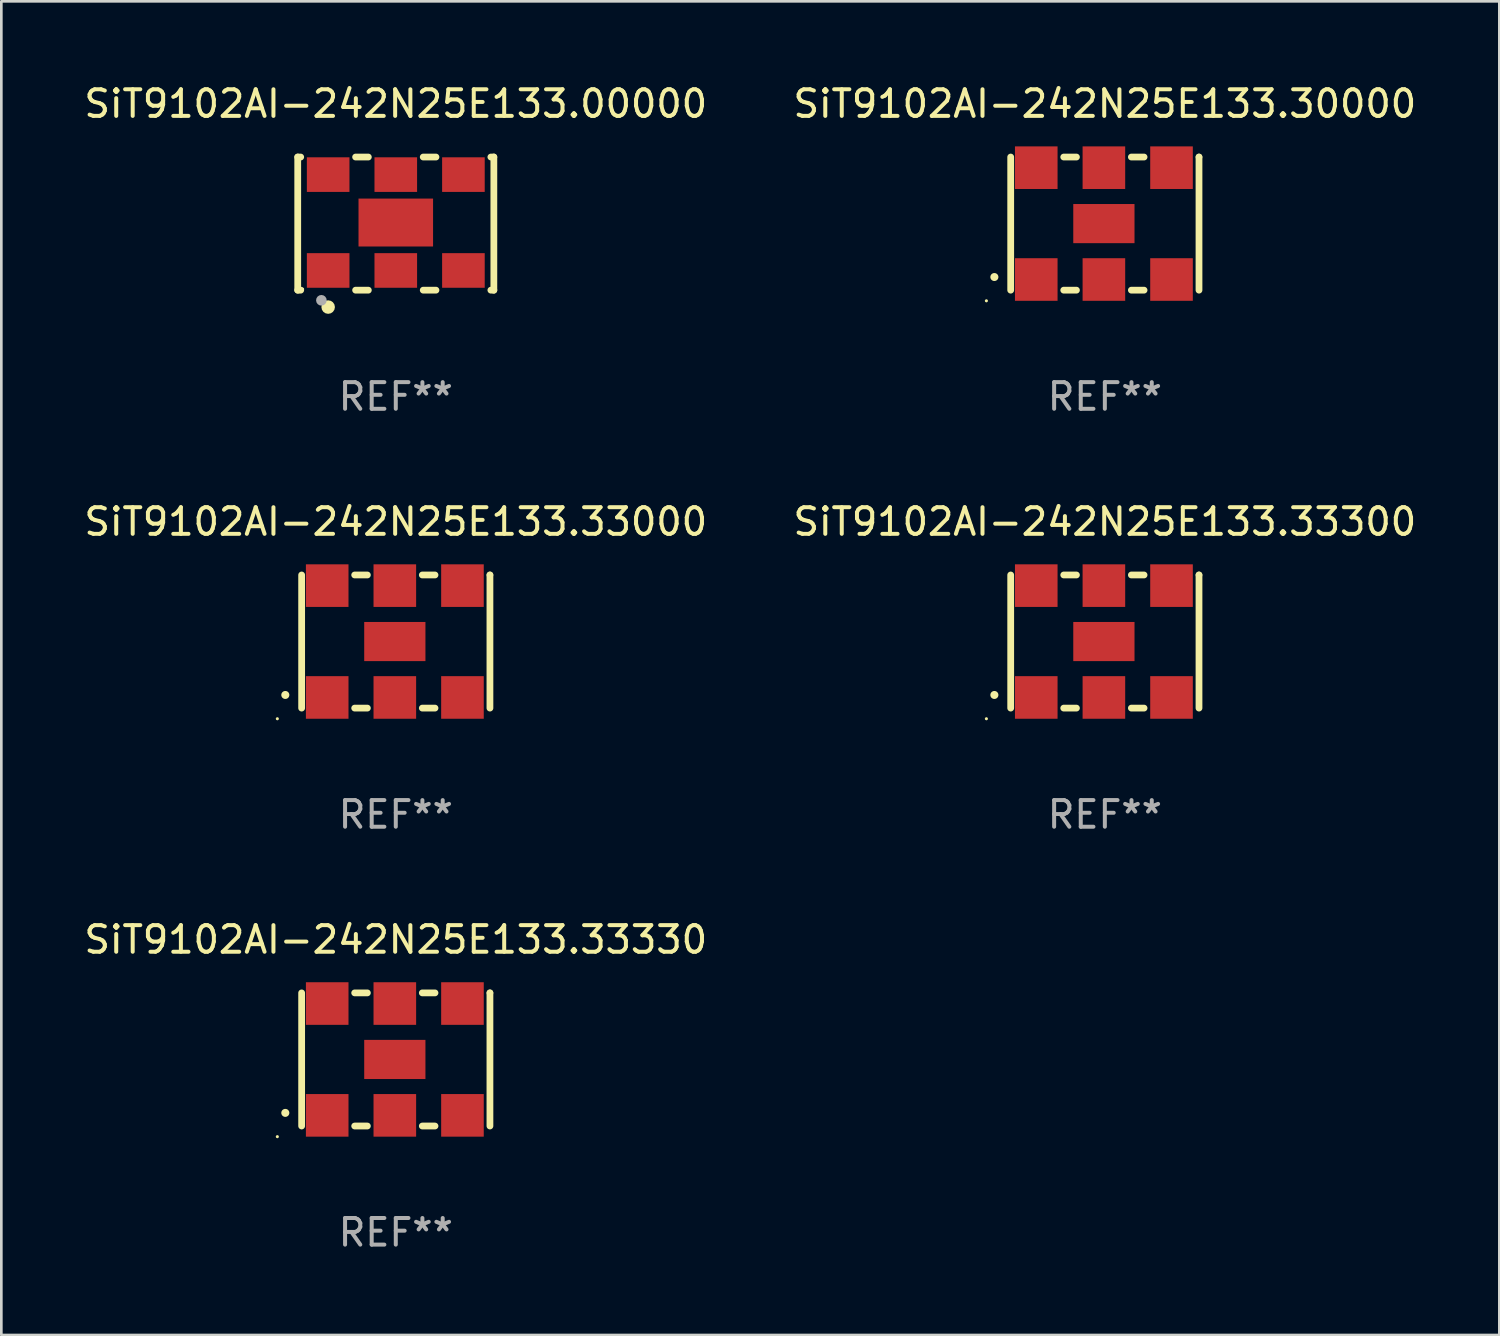
<source format=kicad_pcb>
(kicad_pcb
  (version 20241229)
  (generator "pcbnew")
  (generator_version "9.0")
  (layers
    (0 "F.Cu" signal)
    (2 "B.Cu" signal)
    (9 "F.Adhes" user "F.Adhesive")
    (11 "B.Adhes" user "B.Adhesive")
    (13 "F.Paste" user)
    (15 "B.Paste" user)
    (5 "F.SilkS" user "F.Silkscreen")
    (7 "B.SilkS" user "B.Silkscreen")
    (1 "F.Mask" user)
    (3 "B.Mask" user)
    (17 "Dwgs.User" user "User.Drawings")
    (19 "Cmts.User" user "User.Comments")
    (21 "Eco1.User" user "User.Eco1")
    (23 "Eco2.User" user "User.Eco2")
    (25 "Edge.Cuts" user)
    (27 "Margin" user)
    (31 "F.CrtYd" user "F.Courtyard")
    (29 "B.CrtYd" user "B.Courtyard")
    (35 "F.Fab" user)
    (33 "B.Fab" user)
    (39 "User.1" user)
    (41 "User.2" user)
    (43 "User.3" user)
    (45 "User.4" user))
  (footprint "SiT9102AI-242N25E133.33000"
    (layer "F.Cu")
    (at 11.815 21.045)
    (property "Reference" "SiT9102AI-242N25E133.33000" (at 0 -4.5 0) (layer "F.SilkS") (effects (font (size 1 1) (thickness 0.15))))
    (attr through_hole)
    (fp_line (start -3.536 -2.5) (end -3.536 2.5) (stroke (width 0.254) (type solid)) (layer "F.SilkS"))
    (fp_line (start -1.544 2.5) (end -1.067 2.5) (stroke (width 0.254) (type solid)) (layer "F.SilkS"))
    (fp_line (start -1.067 -2.5) (end -1.544 -2.5) (stroke (width 0.254) (type solid)) (layer "F.SilkS"))
    (fp_line (start 0.996 2.5) (end 1.473 2.5) (stroke (width 0.254) (type solid)) (layer "F.SilkS"))
    (fp_line (start 1.473 -2.5) (end 0.996 -2.5) (stroke (width 0.254) (type solid)) (layer "F.SilkS"))
    (fp_line (start 3.536 -2.5) (end 3.536 -2.5) (stroke (width 0.254) (type solid)) (layer "F.SilkS"))
    (fp_line (start 3.536 2.5) (end 3.536 -2.5) (stroke (width 0.254) (type solid)) (layer "F.SilkS"))
    (fp_arc (start -4.150432 2.006604) (mid -4.149162 2.006599) (end -4.147892 2.006604) (stroke (width 0.3) (type solid)) (layer "F.SilkS"))
    (fp_circle (center -4.449 2.9) (end -4.419 2.9) (stroke (width 0.06) (type solid)) (fill no) (layer "F.SilkS"))
    (fp_text user "REF**" (at 0 6.5 0) (layer "F.Fab") (effects (font (size 1 1) (thickness 0.15))))
    (pad "1" smd rect (at -2.576 2.1) (size 1.6 1.6) (layers "F.Cu" "F.Mask" "F.Paste"))
    (pad "2" smd rect (at -0.036 2.1) (size 1.6 1.6) (layers "F.Cu" "F.Mask" "F.Paste"))
    (pad "3" smd rect (at 2.504 2.1) (size 1.6 1.6) (layers "F.Cu" "F.Mask" "F.Paste"))
    (pad "4" smd rect (at 2.504 -2.1) (size 1.6 1.6) (layers "F.Cu" "F.Mask" "F.Paste"))
    (pad "5" smd rect (at -0.036 -2.1) (size 1.6 1.6) (layers "F.Cu" "F.Mask" "F.Paste"))
    (pad "6" smd rect (at -2.576 -2.1) (size 1.6 1.6) (layers "F.Cu" "F.Mask" "F.Paste"))
    (pad "7" smd rect (at -0.036 0) (size 2.3 1.47) (layers "F.Cu" "F.Mask" "F.Paste")))
  (footprint "SiT9102AI-242N25E133.33330"
    (layer "F.Cu")
    (at 11.815 36.741)
    (property "Reference" "SiT9102AI-242N25E133.33330" (at 0 -4.5 0) (layer "F.SilkS") (effects (font (size 1 1) (thickness 0.15))))
    (attr through_hole)
    (fp_line (start -3.536 -2.5) (end -3.536 2.5) (stroke (width 0.254) (type solid)) (layer "F.SilkS"))
    (fp_line (start -1.544 2.5) (end -1.067 2.5) (stroke (width 0.254) (type solid)) (layer "F.SilkS"))
    (fp_line (start -1.067 -2.5) (end -1.544 -2.5) (stroke (width 0.254) (type solid)) (layer "F.SilkS"))
    (fp_line (start 0.996 2.5) (end 1.473 2.5) (stroke (width 0.254) (type solid)) (layer "F.SilkS"))
    (fp_line (start 1.473 -2.5) (end 0.996 -2.5) (stroke (width 0.254) (type solid)) (layer "F.SilkS"))
    (fp_line (start 3.536 -2.5) (end 3.536 -2.5) (stroke (width 0.254) (type solid)) (layer "F.SilkS"))
    (fp_line (start 3.536 2.5) (end 3.536 -2.5) (stroke (width 0.254) (type solid)) (layer "F.SilkS"))
    (fp_arc (start -4.150432 2.006604) (mid -4.149162 2.006599) (end -4.147892 2.006604) (stroke (width 0.3) (type solid)) (layer "F.SilkS"))
    (fp_circle (center -4.449 2.9) (end -4.419 2.9) (stroke (width 0.06) (type solid)) (fill no) (layer "F.SilkS"))
    (fp_text user "REF**" (at 0 6.5 0) (layer "F.Fab") (effects (font (size 1 1) (thickness 0.15))))
    (pad "1" smd rect (at -2.576 2.1) (size 1.6 1.6) (layers "F.Cu" "F.Mask" "F.Paste"))
    (pad "2" smd rect (at -0.036 2.1) (size 1.6 1.6) (layers "F.Cu" "F.Mask" "F.Paste"))
    (pad "3" smd rect (at 2.504 2.1) (size 1.6 1.6) (layers "F.Cu" "F.Mask" "F.Paste"))
    (pad "4" smd rect (at 2.504 -2.1) (size 1.6 1.6) (layers "F.Cu" "F.Mask" "F.Paste"))
    (pad "5" smd rect (at -0.036 -2.1) (size 1.6 1.6) (layers "F.Cu" "F.Mask" "F.Paste"))
    (pad "6" smd rect (at -2.576 -2.1) (size 1.6 1.6) (layers "F.Cu" "F.Mask" "F.Paste"))
    (pad "7" smd rect (at -0.036 0) (size 2.3 1.47) (layers "F.Cu" "F.Mask" "F.Paste")))
  (footprint "SiT9102AI-242N25E133.00000"
    (layer "F.Cu")
    (at 11.815 5.348)
    (property "Reference" "SiT9102AI-242N25E133.00000" (at 0 -4.5 0) (layer "F.SilkS") (effects (font (size 1 1) (thickness 0.15))))
    (attr through_hole)
    (fp_line (start -3.683 -2.5) (end -3.571 -2.5) (stroke (width 0.254) (type solid)) (layer "F.SilkS"))
    (fp_line (start -3.683 2.5) (end -3.683 -2.5) (stroke (width 0.254) (type solid)) (layer "F.SilkS"))
    (fp_line (start -3.683 2.5) (end -3.571 2.5) (stroke (width 0.254) (type solid)) (layer "F.SilkS"))
    (fp_line (start -1.509 -2.5) (end -1.031 -2.5) (stroke (width 0.254) (type solid)) (layer "F.SilkS"))
    (fp_line (start -1.509 2.5) (end -1.031 2.5) (stroke (width 0.254) (type solid)) (layer "F.SilkS"))
    (fp_line (start 1.031 -2.5) (end 1.509 -2.5) (stroke (width 0.254) (type solid)) (layer "F.SilkS"))
    (fp_line (start 1.031 2.5) (end 1.509 2.5) (stroke (width 0.254) (type solid)) (layer "F.SilkS"))
    (fp_line (start 3.571 -2.5) (end 3.683 -2.5) (stroke (width 0.254) (type solid)) (layer "F.SilkS"))
    (fp_line (start 3.571 2.5) (end 3.683 2.5) (stroke (width 0.254) (type solid)) (layer "F.SilkS"))
    (fp_line (start 3.683 2.5) (end 3.683 -2.5) (stroke (width 0.254) (type solid)) (layer "F.SilkS"))
    (fp_circle (center -3.5 2.46) (end -3.47 2.46) (stroke (width 0.06) (type solid)) (fill no) (layer "F.SilkS"))
    (fp_circle (center -2.54 3.135) (end -2.413 3.135) (stroke (width 0.254) (type solid)) (fill no) (layer "F.SilkS"))
    (fp_circle (center -2.794 2.881) (end -2.694 2.881) (stroke (width 0.2) (type solid)) (fill no) (layer "F.Fab"))
    (fp_text user "REF**" (at 0 6.5 0) (layer "F.Fab") (effects (font (size 1 1) (thickness 0.15))))
    (pad "1" smd rect (at -2.54 1.76) (size 1.6 1.3) (layers "F.Cu" "F.Mask" "F.Paste"))
    (pad "2" smd rect (at 0 1.76) (size 1.6 1.3) (layers "F.Cu" "F.Mask" "F.Paste"))
    (pad "3" smd rect (at 2.54 1.76) (size 1.6 1.3) (layers "F.Cu" "F.Mask" "F.Paste"))
    (pad "4" smd rect (at 2.54 -1.84) (size 1.6 1.3) (layers "F.Cu" "F.Mask" "F.Paste"))
    (pad "5" smd rect (at 0 -1.84) (size 1.6 1.3) (layers "F.Cu" "F.Mask" "F.Paste"))
    (pad "6" smd rect (at -2.54 -1.84) (size 1.6 1.3) (layers "F.Cu" "F.Mask" "F.Paste"))
    (pad "7" smd rect (at 0 -0.04) (size 2.8 1.8) (layers "F.Cu" "F.Mask" "F.Paste")))
  (footprint "SiT9102AI-242N25E133.30000"
    (layer "F.Cu")
    (at 38.446 5.348)
    (property "Reference" "SiT9102AI-242N25E133.30000" (at 0 -4.5 0) (layer "F.SilkS") (effects (font (size 1 1) (thickness 0.15))))
    (attr through_hole)
    (fp_line (start -3.536 -2.5) (end -3.536 2.5) (stroke (width 0.254) (type solid)) (layer "F.SilkS"))
    (fp_line (start -1.544 2.5) (end -1.067 2.5) (stroke (width 0.254) (type solid)) (layer "F.SilkS"))
    (fp_line (start -1.067 -2.5) (end -1.544 -2.5) (stroke (width 0.254) (type solid)) (layer "F.SilkS"))
    (fp_line (start 0.996 2.5) (end 1.473 2.5) (stroke (width 0.254) (type solid)) (layer "F.SilkS"))
    (fp_line (start 1.473 -2.5) (end 0.996 -2.5) (stroke (width 0.254) (type solid)) (layer "F.SilkS"))
    (fp_line (start 3.536 -2.5) (end 3.536 -2.5) (stroke (width 0.254) (type solid)) (layer "F.SilkS"))
    (fp_line (start 3.536 2.5) (end 3.536 -2.5) (stroke (width 0.254) (type solid)) (layer "F.SilkS"))
    (fp_arc (start -4.150432 2.006604) (mid -4.149162 2.006599) (end -4.147892 2.006604) (stroke (width 0.3) (type solid)) (layer "F.SilkS"))
    (fp_circle (center -4.449 2.9) (end -4.419 2.9) (stroke (width 0.06) (type solid)) (fill no) (layer "F.SilkS"))
    (fp_text user "REF**" (at 0 6.5 0) (layer "F.Fab") (effects (font (size 1 1) (thickness 0.15))))
    (pad "1" smd rect (at -2.576 2.1) (size 1.6 1.6) (layers "F.Cu" "F.Mask" "F.Paste"))
    (pad "2" smd rect (at -0.036 2.1) (size 1.6 1.6) (layers "F.Cu" "F.Mask" "F.Paste"))
    (pad "3" smd rect (at 2.504 2.1) (size 1.6 1.6) (layers "F.Cu" "F.Mask" "F.Paste"))
    (pad "4" smd rect (at 2.504 -2.1) (size 1.6 1.6) (layers "F.Cu" "F.Mask" "F.Paste"))
    (pad "5" smd rect (at -0.036 -2.1) (size 1.6 1.6) (layers "F.Cu" "F.Mask" "F.Paste"))
    (pad "6" smd rect (at -2.576 -2.1) (size 1.6 1.6) (layers "F.Cu" "F.Mask" "F.Paste"))
    (pad "7" smd rect (at -0.036 0) (size 2.3 1.47) (layers "F.Cu" "F.Mask" "F.Paste")))
  (footprint "SiT9102AI-242N25E133.33300"
    (layer "F.Cu")
    (at 38.446 21.045)
    (property "Reference" "SiT9102AI-242N25E133.33300" (at 0 -4.5 0) (layer "F.SilkS") (effects (font (size 1 1) (thickness 0.15))))
    (attr through_hole)
    (fp_line (start -3.536 -2.5) (end -3.536 2.5) (stroke (width 0.254) (type solid)) (layer "F.SilkS"))
    (fp_line (start -1.544 2.5) (end -1.067 2.5) (stroke (width 0.254) (type solid)) (layer "F.SilkS"))
    (fp_line (start -1.067 -2.5) (end -1.544 -2.5) (stroke (width 0.254) (type solid)) (layer "F.SilkS"))
    (fp_line (start 0.996 2.5) (end 1.473 2.5) (stroke (width 0.254) (type solid)) (layer "F.SilkS"))
    (fp_line (start 1.473 -2.5) (end 0.996 -2.5) (stroke (width 0.254) (type solid)) (layer "F.SilkS"))
    (fp_line (start 3.536 -2.5) (end 3.536 -2.5) (stroke (width 0.254) (type solid)) (layer "F.SilkS"))
    (fp_line (start 3.536 2.5) (end 3.536 -2.5) (stroke (width 0.254) (type solid)) (layer "F.SilkS"))
    (fp_arc (start -4.150432 2.006604) (mid -4.149162 2.006599) (end -4.147892 2.006604) (stroke (width 0.3) (type solid)) (layer "F.SilkS"))
    (fp_circle (center -4.449 2.9) (end -4.419 2.9) (stroke (width 0.06) (type solid)) (fill no) (layer "F.SilkS"))
    (fp_text user "REF**" (at 0 6.5 0) (layer "F.Fab") (effects (font (size 1 1) (thickness 0.15))))
    (pad "1" smd rect (at -2.576 2.1) (size 1.6 1.6) (layers "F.Cu" "F.Mask" "F.Paste"))
    (pad "2" smd rect (at -0.036 2.1) (size 1.6 1.6) (layers "F.Cu" "F.Mask" "F.Paste"))
    (pad "3" smd rect (at 2.504 2.1) (size 1.6 1.6) (layers "F.Cu" "F.Mask" "F.Paste"))
    (pad "4" smd rect (at 2.504 -2.1) (size 1.6 1.6) (layers "F.Cu" "F.Mask" "F.Paste"))
    (pad "5" smd rect (at -0.036 -2.1) (size 1.6 1.6) (layers "F.Cu" "F.Mask" "F.Paste"))
    (pad "6" smd rect (at -2.576 -2.1) (size 1.6 1.6) (layers "F.Cu" "F.Mask" "F.Paste"))
    (pad "7" smd rect (at -0.036 0) (size 2.3 1.47) (layers "F.Cu" "F.Mask" "F.Paste")))
  (gr_rect
    (start -3 -3)
    (end 53.262 47.09)
    (stroke (width 0.1) (type default))
    (fill no)
    (layer "Edge.Cuts")))
</source>
